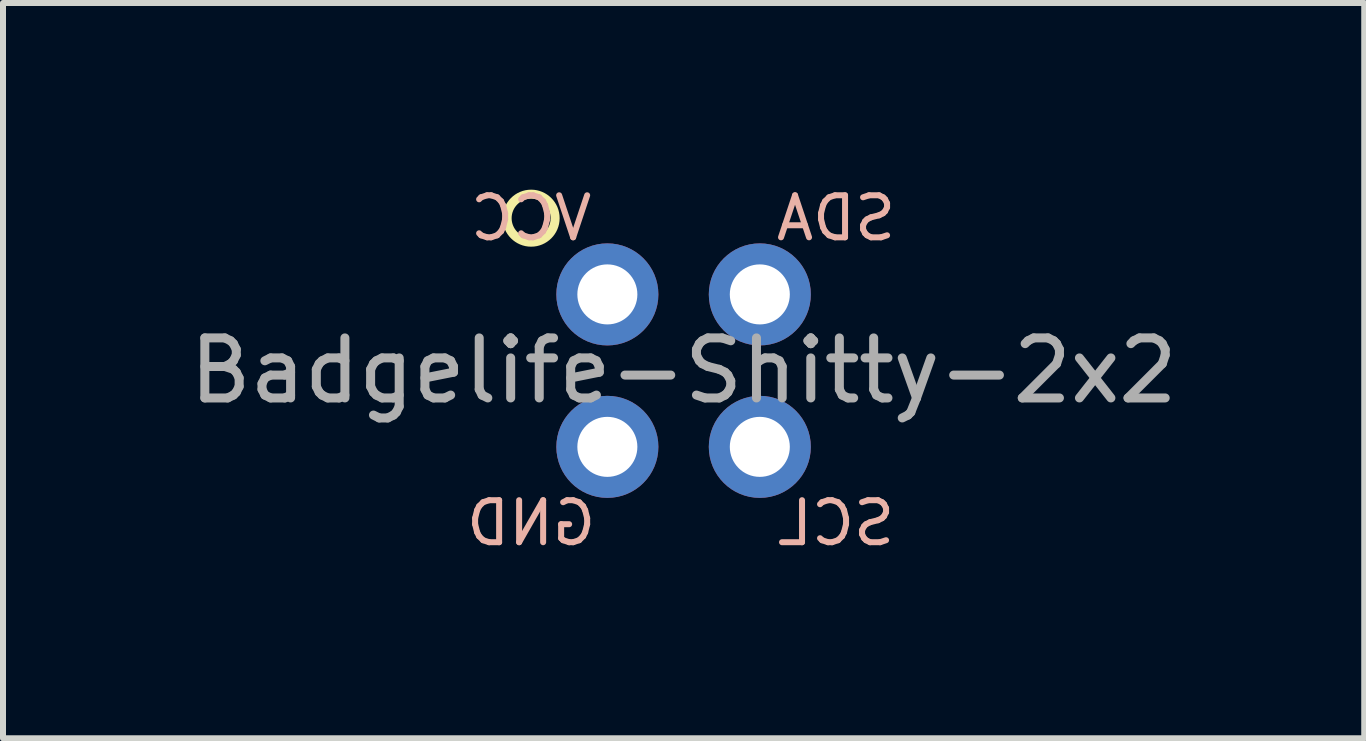
<source format=kicad_pcb>
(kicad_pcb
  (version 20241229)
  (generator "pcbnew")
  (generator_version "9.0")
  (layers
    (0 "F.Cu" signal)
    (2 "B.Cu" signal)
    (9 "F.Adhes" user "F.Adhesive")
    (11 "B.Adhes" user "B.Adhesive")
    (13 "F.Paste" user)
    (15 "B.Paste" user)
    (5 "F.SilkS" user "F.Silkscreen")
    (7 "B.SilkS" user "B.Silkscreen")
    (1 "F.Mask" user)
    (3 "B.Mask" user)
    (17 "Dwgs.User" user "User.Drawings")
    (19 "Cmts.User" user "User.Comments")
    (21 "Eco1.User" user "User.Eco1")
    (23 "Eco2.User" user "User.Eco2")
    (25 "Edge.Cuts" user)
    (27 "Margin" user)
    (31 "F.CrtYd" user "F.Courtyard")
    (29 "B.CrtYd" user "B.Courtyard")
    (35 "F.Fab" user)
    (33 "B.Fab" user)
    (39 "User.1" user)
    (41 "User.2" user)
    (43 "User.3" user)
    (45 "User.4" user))
  (footprint "Badgelife-Shitty-2x2"
    (layer "F.Cu")
    (at 8.339 3.125)
    (property "Reference" "Badgelife-Shitty-2x2" (at 0 0 0) (layer "F.Fab") (effects (font (size 1 1) (thickness 0.15))))
    (attr through_hole)
    (fp_circle (center -2.54 -2.54) (end -2.14 -2.54) (stroke (width 0.15) (type solid)) (fill no) (layer "F.SilkS"))
    (fp_text user "VCC" (at -2.54 -2.54 0) (layer "B.SilkS") (effects (font (size 0.7 0.7) (thickness 0.1)) (justify mirror)))
    (fp_text user "GND" (at -2.54 2.54 0) (layer "B.SilkS") (effects (font (size 0.7 0.7) (thickness 0.1)) (justify mirror)))
    (fp_text user "SCL" (at 2.54 2.54 0) (layer "B.SilkS") (effects (font (size 0.7 0.7) (thickness 0.1)) (justify mirror)))
    (fp_text user "SDA" (at 2.54 -2.54 0) (layer "B.SilkS") (effects (font (size 0.7 0.7) (thickness 0.1)) (justify mirror)))
    (pad "1" thru_hole oval (at -1.27 -1.27) (size 1.7 1.7) (drill 1) (layers "*.Cu" "*.Mask"))
    (pad "2" thru_hole oval (at -1.27 1.27) (size 1.7 1.7) (drill 1) (layers "*.Cu" "*.Mask"))
    (pad "3" thru_hole oval (at 1.27 1.27) (size 1.7 1.7) (drill 1) (layers "*.Cu" "*.Mask"))
    (pad "4" thru_hole circle (at 1.27 -1.27) (size 1.7 1.7) (drill 1) (layers "*.Cu" "*.Mask")))
  (gr_rect
    (start -3 -3)
    (end 19.679 9.25)
    (stroke (width 0.1) (type default))
    (fill no)
    (layer "Edge.Cuts")))
</source>
